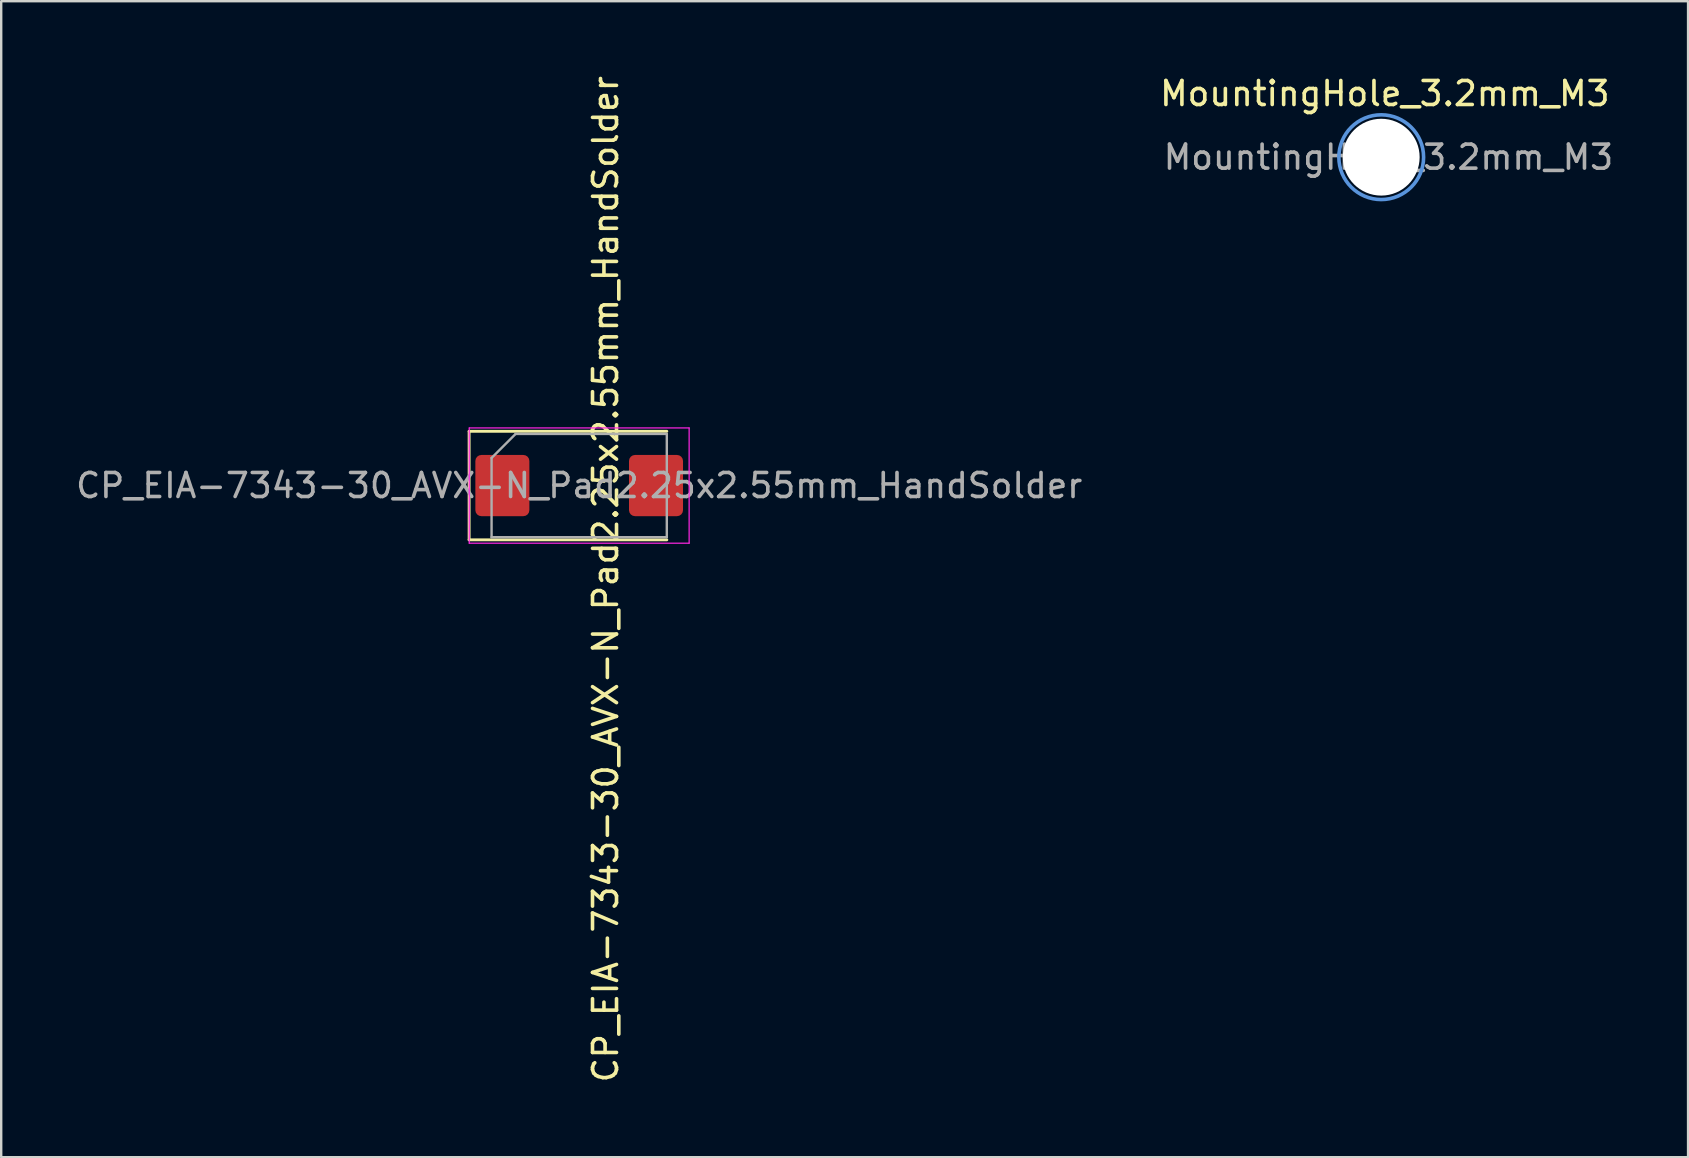
<source format=kicad_pcb>
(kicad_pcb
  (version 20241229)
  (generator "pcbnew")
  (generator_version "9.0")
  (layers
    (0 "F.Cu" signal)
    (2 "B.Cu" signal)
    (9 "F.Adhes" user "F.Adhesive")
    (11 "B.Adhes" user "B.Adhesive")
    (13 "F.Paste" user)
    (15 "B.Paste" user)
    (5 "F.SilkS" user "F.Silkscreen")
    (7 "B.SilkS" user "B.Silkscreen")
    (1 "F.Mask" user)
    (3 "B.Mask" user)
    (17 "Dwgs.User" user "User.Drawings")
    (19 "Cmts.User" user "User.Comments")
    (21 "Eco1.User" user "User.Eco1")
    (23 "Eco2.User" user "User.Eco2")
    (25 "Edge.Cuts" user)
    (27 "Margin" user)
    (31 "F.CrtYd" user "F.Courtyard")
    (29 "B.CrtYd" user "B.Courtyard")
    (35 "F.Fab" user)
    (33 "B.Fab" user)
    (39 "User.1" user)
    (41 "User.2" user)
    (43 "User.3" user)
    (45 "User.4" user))
  (footprint "CP_EIA-7343-30_AVX-N_Pad2.25x2.55mm_HandSolder"
    (layer "F.Cu")
    (at 21.077 17.177)
    (property "Reference" "CP_EIA-7343-30_AVX-N_Pad2.25x2.55mm_HandSolder" (at 1.1 3.9 270) (layer "F.SilkS") (effects (font (size 1 1) (thickness 0.15))))
    (attr smd)
    (fp_line (start -4.585 -2.26) (end -4.585 2.26) (stroke (width 0.12) (type solid)) (layer "F.SilkS"))
    (fp_line (start -4.585 2.26) (end 3.65 2.26) (stroke (width 0.12) (type solid)) (layer "F.SilkS"))
    (fp_line (start 3.65 -2.26) (end -4.585 -2.26) (stroke (width 0.12) (type solid)) (layer "F.SilkS"))
    (fp_line (start -4.58 -2.4) (end 4.58 -2.4) (stroke (width 0.05) (type solid)) (layer "F.CrtYd"))
    (fp_line (start -4.58 2.4) (end -4.58 -2.4) (stroke (width 0.05) (type solid)) (layer "F.CrtYd"))
    (fp_line (start 4.58 -2.4) (end 4.58 2.4) (stroke (width 0.05) (type solid)) (layer "F.CrtYd"))
    (fp_line (start 4.58 2.4) (end -4.58 2.4) (stroke (width 0.05) (type solid)) (layer "F.CrtYd"))
    (fp_line (start -3.65 -1.15) (end -3.65 2.15) (stroke (width 0.1) (type solid)) (layer "F.Fab"))
    (fp_line (start -3.65 2.15) (end 3.65 2.15) (stroke (width 0.1) (type solid)) (layer "F.Fab"))
    (fp_line (start -2.65 -2.15) (end -3.65 -1.15) (stroke (width 0.1) (type solid)) (layer "F.Fab"))
    (fp_line (start 3.65 -2.15) (end -2.65 -2.15) (stroke (width 0.1) (type solid)) (layer "F.Fab"))
    (fp_line (start 3.65 2.15) (end 3.65 -2.15) (stroke (width 0.1) (type solid)) (layer "F.Fab"))
    (fp_text user "${REFERENCE}" (at 0 0 0) (layer "F.Fab") (effects (font (size 1 1) (thickness 0.15))))
    (pad "1" smd roundrect (at -3.2 0) (size 2.25 2.55) (layers "F.Cu" "F.Mask" "F.Paste") (roundrect_rratio 0.111))
    (pad "2" smd roundrect (at 3.2 0) (size 2.25 2.55) (layers "F.Cu" "F.Mask" "F.Paste") (roundrect_rratio 0.111)))
  (footprint "MountingHole_3.2mm_M3"
    (layer "F.Cu")
    (at 54.487 3.498)
    (property "Reference" "MountingHole_3.2mm_M3" (at 0.15 -2.65 0) (layer "F.SilkS") (effects (font (size 1 1) (thickness 0.15))))
    (attr exclude_from_pos_files exclude_from_bom)
    (fp_circle (center 0 0) (end 1.765 0) (stroke (width 0.15) (type solid)) (fill no) (layer "Cmts.User"))
    (fp_circle (center 0 0) (end 1.765 0) (stroke (width 0.05) (type solid)) (fill no) (layer "F.CrtYd"))
    (fp_text user "${REFERENCE}" (at 0.3 0 0) (layer "F.Fab") (effects (font (size 1 1) (thickness 0.15))))
    (pad "" np_thru_hole circle (at 0 0) (size 3.2 3.2) (drill 3.2) (layers "*.Cu" "*.Mask")))
  (gr_rect
    (start -3 -3)
    (end 67.269 45.155)
    (stroke (width 0.1) (type default))
    (fill no)
    (layer "Edge.Cuts")))
</source>
